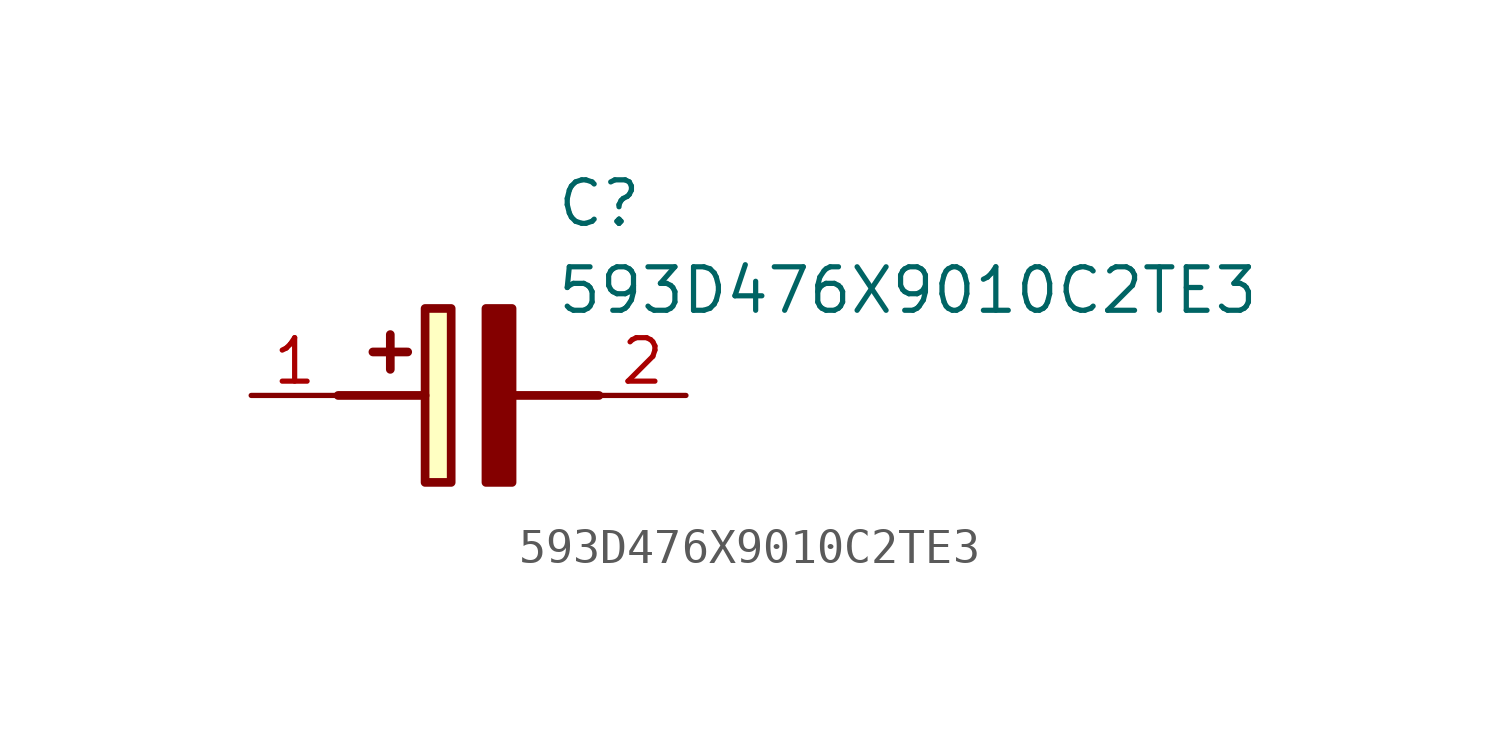
<source format=kicad_sym>
(kicad_symbol_lib
  (version 20211014)
  (generator SamacSys_ECAD_Model)
  (symbol "593D476X9010C2TE3"
    (pin_names hide)
    (property "Reference" "C"
      (at 8.89 6.35 0)
      (effects (font (size 1.27 1.27)) (justify left top)))
    (property "Value" "593D476X9010C2TE3"
      (at 8.89 3.81 0)
      (effects (font (size 1.27 1.27)) (justify left top)))
    (rectangle
      (start 5.08 2.54)
      (end 5.842 -2.54)
      (stroke (width 0.254) (type default))
      (fill (type background)))
    (polyline
      (pts (xy 4.572 1.27) (xy 3.556 1.27))
      (stroke (width 0.254) (type default))
      (fill (type none)))
    (polyline
      (pts (xy 4.064 1.778) (xy 4.064 0.762))
      (stroke (width 0.254) (type default))
      (fill (type none)))
    (polyline
      (pts (xy 2.54 0) (xy 5.08 0))
      (stroke (width 0.254) (type default))
      (fill (type none)))
    (polyline
      (pts (xy 7.62 0) (xy 10.16 0))
      (stroke (width 0.254) (type default))
      (fill (type none)))
    (polyline
      (pts (xy 7.62 2.54) (xy 7.62 -2.54) (xy 6.858 -2.54) (xy 6.858 2.54) (xy 7.62 2.54))
      (stroke (width 0.254) (type default))
      (fill (type outline)))
    (pin passive line
      (at 0 0 0)
      (length 2.54)
      (name "+" (effects (font (size 1.27 1.27))))
      (number "1" (effects (font (size 1.27 1.27)))))
    (pin passive line
      (at 12.7 0 180)
      (length 2.54)
      (name "-" (effects (font (size 1.27 1.27))))
      (number "2" (effects (font (size 1.27 1.27)))))))
</source>
